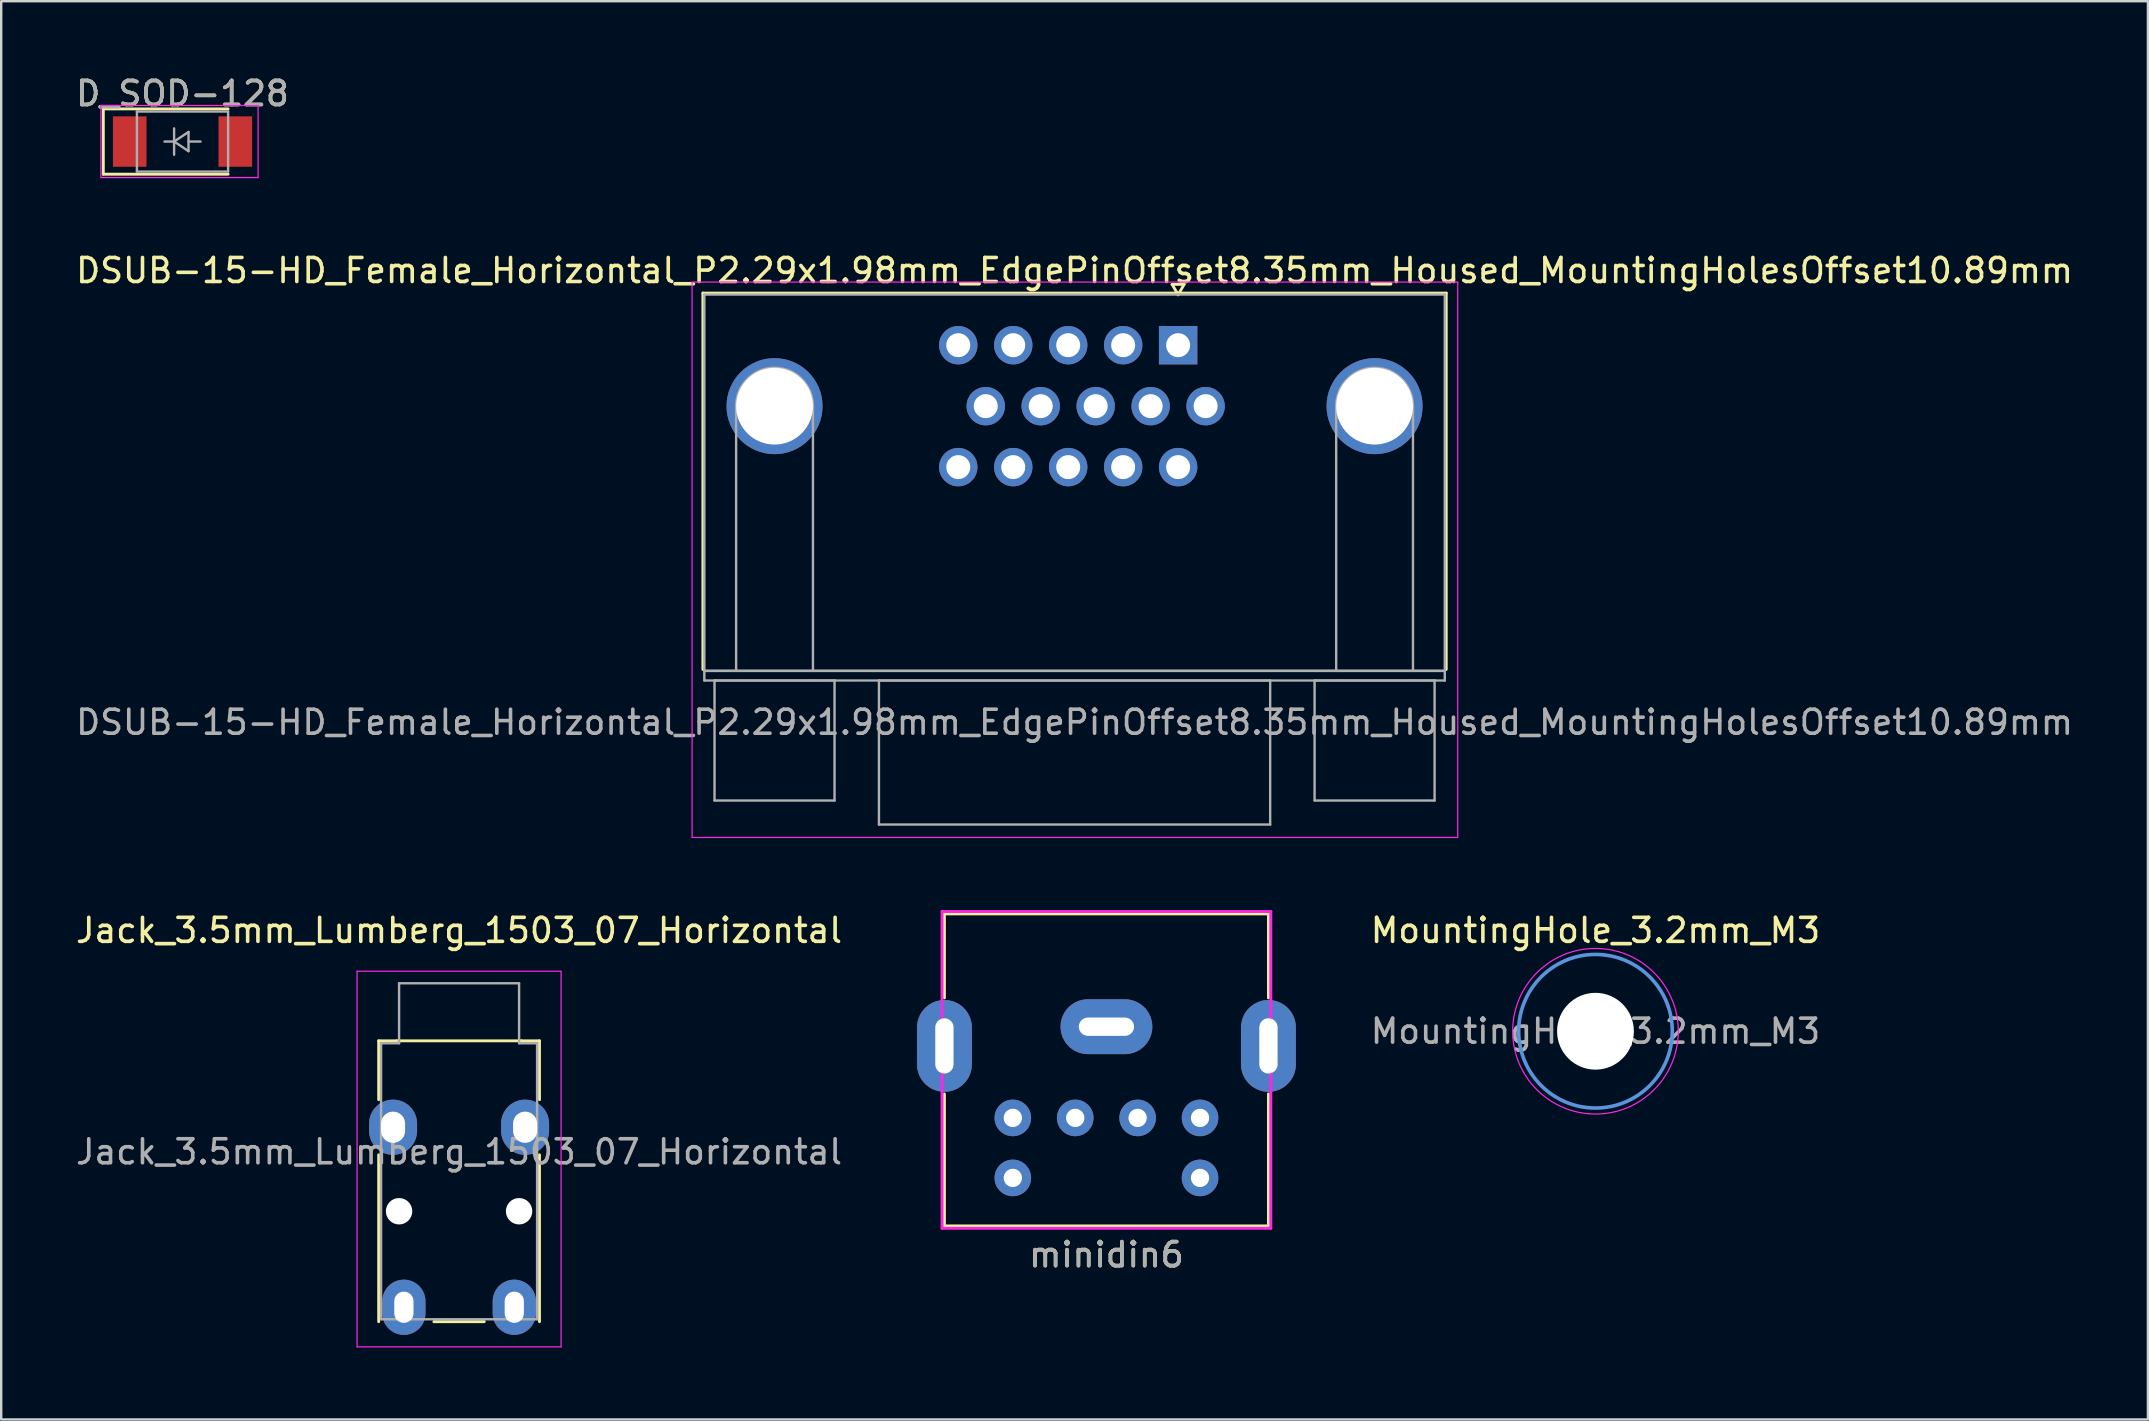
<source format=kicad_pcb>
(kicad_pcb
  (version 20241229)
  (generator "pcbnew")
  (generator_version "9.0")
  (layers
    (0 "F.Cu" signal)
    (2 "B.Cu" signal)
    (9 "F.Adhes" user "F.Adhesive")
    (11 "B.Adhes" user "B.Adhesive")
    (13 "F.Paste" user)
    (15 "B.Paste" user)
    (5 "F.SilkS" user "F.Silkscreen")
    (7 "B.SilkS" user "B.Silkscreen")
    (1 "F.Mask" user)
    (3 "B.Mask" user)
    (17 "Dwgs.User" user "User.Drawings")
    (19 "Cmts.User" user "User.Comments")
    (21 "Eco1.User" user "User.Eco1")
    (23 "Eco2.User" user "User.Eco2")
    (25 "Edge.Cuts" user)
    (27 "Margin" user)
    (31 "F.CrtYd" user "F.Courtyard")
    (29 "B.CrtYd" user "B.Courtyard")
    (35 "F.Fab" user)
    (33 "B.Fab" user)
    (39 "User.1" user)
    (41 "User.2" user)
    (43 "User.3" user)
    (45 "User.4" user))
  (footprint "MountingHole_3.2mm_M3"
    (layer "F.Cu")
    (at 63.423 39.915)
    (property "Reference" "MountingHole_3.2mm_M3" (at 0 -4.2 0) (layer "F.SilkS") (effects (font (size 1 1) (thickness 0.15))))
    (attr exclude_from_pos_files exclude_from_bom)
    (fp_circle (center 0 0) (end 3.2 0) (stroke (width 0.15) (type solid)) (fill no) (layer "Cmts.User"))
    (fp_circle (center 0 0) (end 3.45 0) (stroke (width 0.05) (type solid)) (fill no) (layer "F.CrtYd"))
    (fp_text user "${REFERENCE}" (at 0 0 0) (layer "F.Fab") (effects (font (size 1 1) (thickness 0.15))))
    (pad "" np_thru_hole circle (at 0 0) (size 3.2 3.2) (drill 3.2) (layers "*.Cu" "*.Mask")))
  (footprint "D_SOD-128"
    (layer "F.Cu")
    (at 4.554 2.848)
    (property "Reference" "D_SOD-128" (at 0 -2 0) (layer "F.SilkS") (effects (font (size 1 1) (thickness 0.15))))
    (attr smd)
    (fp_line (start -3.3 -1.36) (end -3.3 1.36) (stroke (width 0.12) (type solid)) (layer "F.SilkS"))
    (fp_line (start -3.3 -1.36) (end 1.9 -1.36) (stroke (width 0.12) (type solid)) (layer "F.SilkS"))
    (fp_line (start -3.3 1.36) (end 1.9 1.36) (stroke (width 0.12) (type solid)) (layer "F.SilkS"))
    (fp_line (start -3.4 -1.5) (end -3.4 1.5) (stroke (width 0.05) (type solid)) (layer "F.CrtYd"))
    (fp_line (start -3.4 -1.5) (end 3.15 -1.5) (stroke (width 0.05) (type solid)) (layer "F.CrtYd"))
    (fp_line (start 3.15 -1.5) (end 3.15 1.5) (stroke (width 0.05) (type solid)) (layer "F.CrtYd"))
    (fp_line (start 3.15 1.5) (end -3.4 1.5) (stroke (width 0.05) (type solid)) (layer "F.CrtYd"))
    (fp_line (start -1.9 -1.25) (end 1.9 -1.25) (stroke (width 0.1) (type solid)) (layer "F.Fab"))
    (fp_line (start -1.9 1.25) (end -1.9 -1.25) (stroke (width 0.1) (type solid)) (layer "F.Fab"))
    (fp_line (start -0.75 0) (end -0.35 0) (stroke (width 0.1) (type solid)) (layer "F.Fab"))
    (fp_line (start -0.35 0) (end -0.35 -0.55) (stroke (width 0.1) (type solid)) (layer "F.Fab"))
    (fp_line (start -0.35 0) (end -0.35 0.55) (stroke (width 0.1) (type solid)) (layer "F.Fab"))
    (fp_line (start -0.35 0) (end 0.25 -0.4) (stroke (width 0.1) (type solid)) (layer "F.Fab"))
    (fp_line (start 0.25 -0.4) (end 0.25 0.4) (stroke (width 0.1) (type solid)) (layer "F.Fab"))
    (fp_line (start 0.25 0) (end 0.75 0) (stroke (width 0.1) (type solid)) (layer "F.Fab"))
    (fp_line (start 0.25 0.4) (end -0.35 0) (stroke (width 0.1) (type solid)) (layer "F.Fab"))
    (fp_line (start 1.9 -1.25) (end 1.9 1.25) (stroke (width 0.1) (type solid)) (layer "F.Fab"))
    (fp_line (start 1.9 1.25) (end -1.9 1.25) (stroke (width 0.1) (type solid)) (layer "F.Fab"))
    (fp_text user "${REFERENCE}" (at 0 -2 0) (layer "F.Fab") (effects (font (size 1 1) (thickness 0.15))))
    (pad "1" smd rect (at -2.2 0) (size 1.4 2.1) (layers "F.Cu" "F.Mask" "F.Paste"))
    (pad "2" smd rect (at 2.2 0) (size 1.4 2.1) (layers "F.Cu" "F.Mask" "F.Paste")))
  (footprint "DSUB-15-HD_Female_Horizontal_P2.29x1.98mm_EdgePinOffset8.35mm_Housed_MountingHolesOffset10.89mm"
    (layer "F.Cu")
    (at 46.035 11.332)
    (property "Reference" "DSUB-15-HD_Female_Horizontal_P2.29x1.98mm_EdgePinOffset8.35mm_Housed_MountingHolesOffset10.89mm" (at -4.315 -3.11 0) (layer "F.SilkS") (effects (font (size 1 1) (thickness 0.15))))
    (attr through_hole)
    (fp_line (start -19.8 -2.17) (end 11.17 -2.17) (stroke (width 0.12) (type solid)) (layer "F.SilkS"))
    (fp_line (start -19.8 13.51) (end -19.8 -2.17) (stroke (width 0.12) (type solid)) (layer "F.SilkS"))
    (fp_line (start -0.25 -2.534) (end 0.25 -2.534) (stroke (width 0.12) (type solid)) (layer "F.SilkS"))
    (fp_line (start 0 -2.101) (end -0.25 -2.534) (stroke (width 0.12) (type solid)) (layer "F.SilkS"))
    (fp_line (start 0.25 -2.534) (end 0 -2.101) (stroke (width 0.12) (type solid)) (layer "F.SilkS"))
    (fp_line (start 11.17 -2.17) (end 11.17 13.51) (stroke (width 0.12) (type solid)) (layer "F.SilkS"))
    (fp_line (start -20.25 -2.63) (end -20.25 20.51) (stroke (width 0.05) (type solid)) (layer "F.CrtYd"))
    (fp_line (start -20.25 20.51) (end 11.65 20.51) (stroke (width 0.05) (type solid)) (layer "F.CrtYd"))
    (fp_line (start 11.65 -2.63) (end -20.25 -2.63) (stroke (width 0.05) (type solid)) (layer "F.CrtYd"))
    (fp_line (start 11.65 20.51) (end 11.65 -2.63) (stroke (width 0.05) (type solid)) (layer "F.CrtYd"))
    (fp_line (start -19.74 -2.11) (end -19.74 13.97) (stroke (width 0.1) (type solid)) (layer "F.Fab"))
    (fp_line (start -19.74 13.57) (end 11.11 13.57) (stroke (width 0.1) (type solid)) (layer "F.Fab"))
    (fp_line (start -19.74 13.97) (end 11.11 13.97) (stroke (width 0.1) (type solid)) (layer "F.Fab"))
    (fp_line (start -19.315 13.97) (end -19.315 18.97) (stroke (width 0.1) (type solid)) (layer "F.Fab"))
    (fp_line (start -19.315 18.97) (end -14.315 18.97) (stroke (width 0.1) (type solid)) (layer "F.Fab"))
    (fp_line (start -18.415 13.57) (end -18.415 2.54) (stroke (width 0.1) (type solid)) (layer "F.Fab"))
    (fp_line (start -15.215 13.57) (end -15.215 2.54) (stroke (width 0.1) (type solid)) (layer "F.Fab"))
    (fp_line (start -14.315 13.97) (end -19.315 13.97) (stroke (width 0.1) (type solid)) (layer "F.Fab"))
    (fp_line (start -14.315 18.97) (end -14.315 13.97) (stroke (width 0.1) (type solid)) (layer "F.Fab"))
    (fp_line (start -12.465 13.97) (end -12.465 19.97) (stroke (width 0.1) (type solid)) (layer "F.Fab"))
    (fp_line (start -12.465 19.97) (end 3.835 19.97) (stroke (width 0.1) (type solid)) (layer "F.Fab"))
    (fp_line (start 3.835 13.97) (end -12.465 13.97) (stroke (width 0.1) (type solid)) (layer "F.Fab"))
    (fp_line (start 3.835 19.97) (end 3.835 13.97) (stroke (width 0.1) (type solid)) (layer "F.Fab"))
    (fp_line (start 5.685 13.97) (end 5.685 18.97) (stroke (width 0.1) (type solid)) (layer "F.Fab"))
    (fp_line (start 5.685 18.97) (end 10.685 18.97) (stroke (width 0.1) (type solid)) (layer "F.Fab"))
    (fp_line (start 6.585 13.57) (end 6.585 2.54) (stroke (width 0.1) (type solid)) (layer "F.Fab"))
    (fp_line (start 9.785 13.57) (end 9.785 2.54) (stroke (width 0.1) (type solid)) (layer "F.Fab"))
    (fp_line (start 10.685 13.97) (end 5.685 13.97) (stroke (width 0.1) (type solid)) (layer "F.Fab"))
    (fp_line (start 10.685 18.97) (end 10.685 13.97) (stroke (width 0.1) (type solid)) (layer "F.Fab"))
    (fp_line (start 11.11 -2.11) (end -19.74 -2.11) (stroke (width 0.1) (type solid)) (layer "F.Fab"))
    (fp_line (start 11.11 13.57) (end -19.74 13.57) (stroke (width 0.1) (type solid)) (layer "F.Fab"))
    (fp_line (start 11.11 13.97) (end 11.11 -2.11) (stroke (width 0.1) (type solid)) (layer "F.Fab"))
    (fp_arc (start -18.415 2.54) (mid -16.815 0.94) (end -15.215 2.54) (stroke (width 0.1) (type solid)) (layer "F.Fab"))
    (fp_arc (start 6.585 2.54) (mid 8.185 0.94) (end 9.785 2.54) (stroke (width 0.1) (type solid)) (layer "F.Fab"))
    (fp_text user "${REFERENCE}" (at -4.315 15.71 0) (layer "F.Fab") (effects (font (size 1 1) (thickness 0.15))))
    (pad "0" thru_hole circle (at -16.815 2.54) (size 4 4) (drill 3.2) (layers "*.Cu" "*.Mask"))
    (pad "0" thru_hole circle (at 8.185 2.54) (size 4 4) (drill 3.2) (layers "*.Cu" "*.Mask"))
    (pad "1" thru_hole rect (at 0 0) (size 1.6 1.6) (drill 1) (layers "*.Cu" "*.Mask"))
    (pad "2" thru_hole circle (at -2.29 0) (size 1.6 1.6) (drill 1) (layers "*.Cu" "*.Mask"))
    (pad "3" thru_hole circle (at -4.58 0) (size 1.6 1.6) (drill 1) (layers "*.Cu" "*.Mask"))
    (pad "4" thru_hole circle (at -6.87 0) (size 1.6 1.6) (drill 1) (layers "*.Cu" "*.Mask"))
    (pad "5" thru_hole circle (at -9.16 0) (size 1.6 1.6) (drill 1) (layers "*.Cu" "*.Mask"))
    (pad "6" thru_hole circle (at 1.145 2.54) (size 1.6 1.6) (drill 1) (layers "*.Cu" "*.Mask"))
    (pad "7" thru_hole circle (at -1.145 2.54) (size 1.6 1.6) (drill 1) (layers "*.Cu" "*.Mask"))
    (pad "8" thru_hole circle (at -3.435 2.54) (size 1.6 1.6) (drill 1) (layers "*.Cu" "*.Mask"))
    (pad "9" thru_hole circle (at -5.725 2.54) (size 1.6 1.6) (drill 1) (layers "*.Cu" "*.Mask"))
    (pad "10" thru_hole circle (at -8.015 2.54) (size 1.6 1.6) (drill 1) (layers "*.Cu" "*.Mask"))
    (pad "11" thru_hole circle (at 0 5.08) (size 1.6 1.6) (drill 1) (layers "*.Cu" "*.Mask"))
    (pad "12" thru_hole circle (at -2.29 5.08) (size 1.6 1.6) (drill 1) (layers "*.Cu" "*.Mask"))
    (pad "13" thru_hole circle (at -4.58 5.08) (size 1.6 1.6) (drill 1) (layers "*.Cu" "*.Mask"))
    (pad "14" thru_hole circle (at -6.87 5.08) (size 1.6 1.6) (drill 1) (layers "*.Cu" "*.Mask"))
    (pad "15" thru_hole circle (at -9.16 5.08) (size 1.6 1.6) (drill 1) (layers "*.Cu" "*.Mask")))
  (footprint "minidin6"
    (layer "F.Cu")
    (at 43.048 43.526)
    (property "Reference" "minidin6" (at 0 5.7 0) (unlocked yes) (layer "F.SilkS") (effects (font (size 1 1) (thickness 0.15))))
    (attr through_hole)
    (fp_line (start -6.75 -8.5) (end -6.75 -5) (stroke (width 0.12) (type solid)) (layer "F.SilkS"))
    (fp_line (start -6.75 -8.5) (end 6.75 -8.5) (stroke (width 0.12) (type solid)) (layer "F.SilkS"))
    (fp_line (start -6.75 -1) (end -6.75 4.5) (stroke (width 0.12) (type solid)) (layer "F.SilkS"))
    (fp_line (start 6.75 -8.5) (end 6.75 -5) (stroke (width 0.12) (type solid)) (layer "F.SilkS"))
    (fp_line (start 6.75 -1) (end 6.75 4.5) (stroke (width 0.12) (type solid)) (layer "F.SilkS"))
    (fp_line (start 6.75 4.5) (end -6.75 4.5) (stroke (width 0.12) (type solid)) (layer "F.SilkS"))
    (fp_line (start -6.85 -8.6) (end 6.85 -8.6) (stroke (width 0.12) (type solid)) (layer "F.CrtYd"))
    (fp_line (start -6.85 4.6) (end -6.85 -8.6) (stroke (width 0.12) (type solid)) (layer "F.CrtYd"))
    (fp_line (start 6.85 -8.6) (end 6.85 4.6) (stroke (width 0.12) (type solid)) (layer "F.CrtYd"))
    (fp_line (start 6.85 4.6) (end -6.85 4.6) (stroke (width 0.12) (type solid)) (layer "F.CrtYd"))
    (fp_text user "${REFERENCE}" (at 0 5.7 0) (unlocked yes) (layer "F.Fab") (effects (font (size 1 1) (thickness 0.15))))
    (pad "" thru_hole oval (at -6.75 -3) (size 2.286 3.824) (drill oval 0.762 2.3) (layers "*.Cu" "*.Mask"))
    (pad "" thru_hole oval (at 0 -3.8 270) (size 2.286 3.824) (drill oval 0.762 2.3) (layers "*.Cu" "*.Mask"))
    (pad "" thru_hole oval (at 6.75 -3) (size 2.286 3.824) (drill oval 0.762 2.3) (layers "*.Cu" "*.Mask"))
    (pad "1" thru_hole circle (at -1.3 0) (size 1.524 1.524) (drill 0.762) (layers "*.Cu" "*.Mask"))
    (pad "2" thru_hole circle (at 1.3 0) (size 1.524 1.524) (drill 0.762) (layers "*.Cu" "*.Mask"))
    (pad "3" thru_hole circle (at -3.9 0) (size 1.524 1.524) (drill 0.762) (layers "*.Cu" "*.Mask"))
    (pad "4" thru_hole circle (at 3.9 0) (size 1.524 1.524) (drill 0.762) (layers "*.Cu" "*.Mask"))
    (pad "5" thru_hole circle (at -3.9 2.5) (size 1.524 1.524) (drill 0.762) (layers "*.Cu" "*.Mask"))
    (pad "6" thru_hole circle (at 3.9 2.5) (size 1.524 1.524) (drill 0.762) (layers "*.Cu" "*.Mask")))
  (footprint "Jack_3.5mm_Lumberg_1503_07_Horizontal"
    (layer "F.Cu")
    (at 13.327 43.915)
    (property "Reference" "Jack_3.5mm_Lumberg_1503_07_Horizontal" (at 2.75 -8.2 0) (unlocked yes) (layer "F.SilkS") (effects (font (size 1 1) (thickness 0.15))))
    (attr through_hole)
    (fp_line (start -0.6 -3.6) (end -0.6 -1.15) (stroke (width 0.12) (type solid)) (layer "F.SilkS"))
    (fp_line (start -0.6 1.15) (end -0.6 8.1) (stroke (width 0.12) (type solid)) (layer "F.SilkS"))
    (fp_line (start 0.15 -3.6) (end -0.6 -3.6) (stroke (width 0.12) (type solid)) (layer "F.SilkS"))
    (fp_line (start 0.15 -3.6) (end 5.35 -3.6) (stroke (width 0.12) (type solid)) (layer "F.SilkS"))
    (fp_line (start 1.7 8.1) (end 3.8 8.1) (stroke (width 0.12) (type solid)) (layer "F.SilkS"))
    (fp_line (start 5.35 -3.6) (end 6.1 -3.6) (stroke (width 0.12) (type solid)) (layer "F.SilkS"))
    (fp_line (start 6.1 -3.6) (end 6.1 -1.15) (stroke (width 0.12) (type solid)) (layer "F.SilkS"))
    (fp_line (start 6.1 1.15) (end 6.1 8.1) (stroke (width 0.12) (type solid)) (layer "F.SilkS"))
    (fp_line (start -1.5 -6.5) (end 7 -6.5) (stroke (width 0.05) (type solid)) (layer "F.CrtYd"))
    (fp_line (start -1.5 9.15) (end -1.5 -6.5) (stroke (width 0.05) (type solid)) (layer "F.CrtYd"))
    (fp_line (start -1.5 9.15) (end 7 9.15) (stroke (width 0.05) (type solid)) (layer "F.CrtYd"))
    (fp_line (start 7 -6.5) (end 7 9.15) (stroke (width 0.05) (type solid)) (layer "F.CrtYd"))
    (fp_line (start -0.5 -3.5) (end 0.25 -3.5) (stroke (width 0.1) (type solid)) (layer "F.Fab"))
    (fp_line (start -0.5 8) (end -0.5 -3.5) (stroke (width 0.1) (type solid)) (layer "F.Fab"))
    (fp_line (start -0.5 8) (end 6 8) (stroke (width 0.1) (type solid)) (layer "F.Fab"))
    (fp_line (start 0.25 -6) (end 0.25 -3.5) (stroke (width 0.1) (type solid)) (layer "F.Fab"))
    (fp_line (start 0.25 -6) (end 5.25 -6) (stroke (width 0.1) (type solid)) (layer "F.Fab"))
    (fp_line (start 5.25 -3.5) (end 5.25 -6) (stroke (width 0.1) (type solid)) (layer "F.Fab"))
    (fp_line (start 5.25 -3.5) (end 6 -3.5) (stroke (width 0.1) (type solid)) (layer "F.Fab"))
    (fp_line (start 6 -3.5) (end 6 8) (stroke (width 0.1) (type solid)) (layer "F.Fab"))
    (fp_text user "${REFERENCE}" (at 2.75 1.025 0) (unlocked yes) (layer "F.Fab") (effects (font (size 1 1) (thickness 0.15))))
    (pad "" np_thru_hole circle (at 0.25 3.5) (size 1.1 1.1) (drill 1.1) (layers "*.Cu" "*.Mask"))
    (pad "" np_thru_hole circle (at 5.25 3.5) (size 1.1 1.1) (drill 1.1) (layers "*.Cu" "*.Mask"))
    (pad "R" thru_hole oval (at 5.05 7.5) (size 1.8 2.3) (drill oval 0.8 1.3) (layers "*.Cu" "*.Mask"))
    (pad "S" thru_hole oval (at 0.45 7.5) (size 1.8 2.3) (drill oval 0.8 1.3) (layers "*.Cu" "*.Mask"))
    (pad "T" thru_hole oval (at 0 0) (size 2 2.3) (drill oval 1 1.3) (layers "*.Cu" "*.Mask"))
    (pad "T" thru_hole oval (at 5.5 0) (size 2 2.3) (drill oval 1 1.3) (layers "*.Cu" "*.Mask")))
  (gr_rect
    (start -3 -3)
    (end 86.44 56.09)
    (stroke (width 0.1) (type default))
    (fill no)
    (layer "Edge.Cuts")))
</source>
